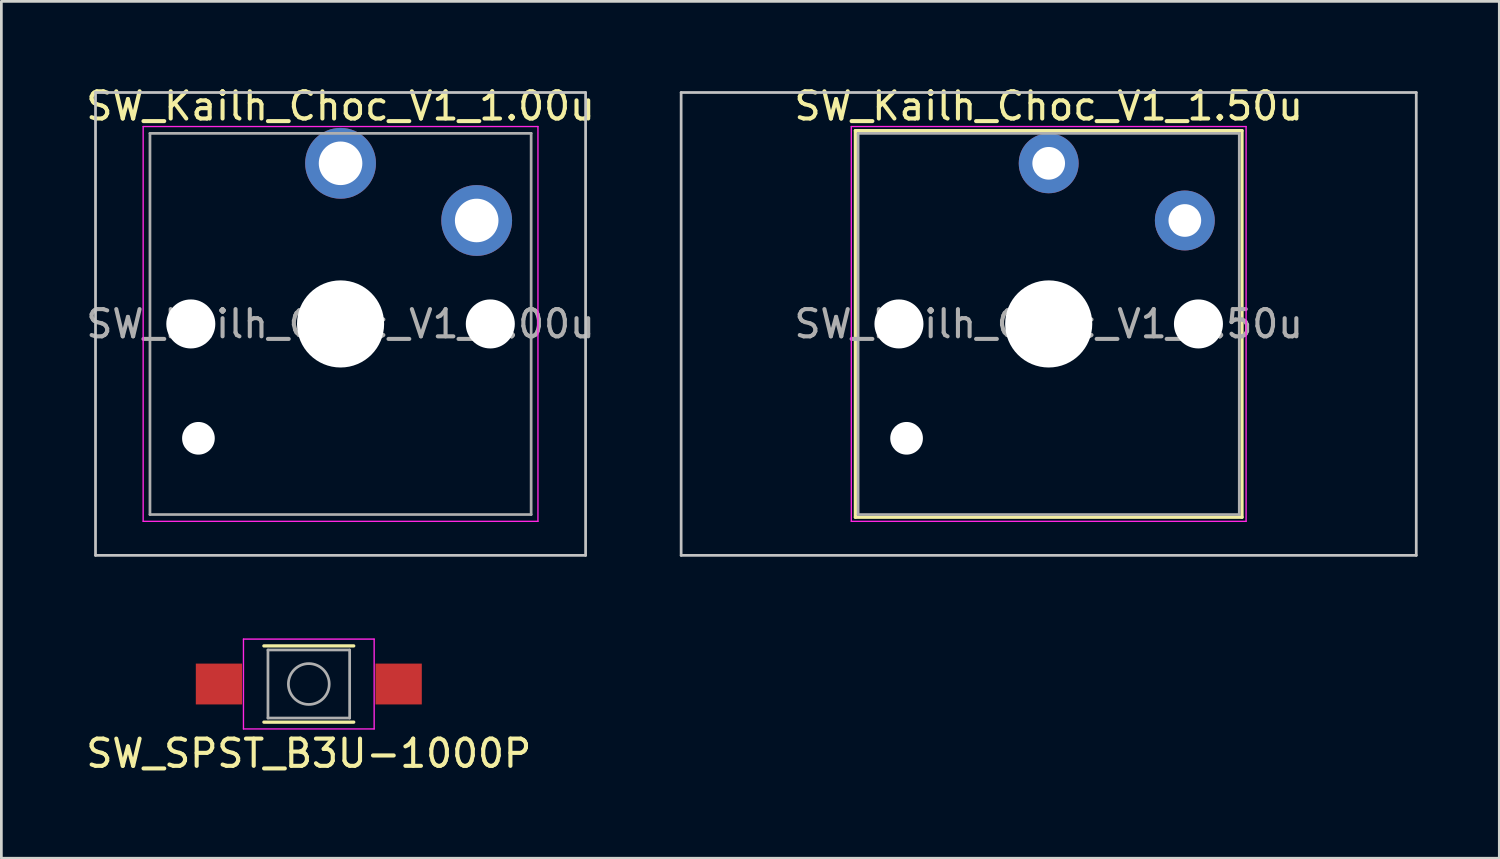
<source format=kicad_pcb>
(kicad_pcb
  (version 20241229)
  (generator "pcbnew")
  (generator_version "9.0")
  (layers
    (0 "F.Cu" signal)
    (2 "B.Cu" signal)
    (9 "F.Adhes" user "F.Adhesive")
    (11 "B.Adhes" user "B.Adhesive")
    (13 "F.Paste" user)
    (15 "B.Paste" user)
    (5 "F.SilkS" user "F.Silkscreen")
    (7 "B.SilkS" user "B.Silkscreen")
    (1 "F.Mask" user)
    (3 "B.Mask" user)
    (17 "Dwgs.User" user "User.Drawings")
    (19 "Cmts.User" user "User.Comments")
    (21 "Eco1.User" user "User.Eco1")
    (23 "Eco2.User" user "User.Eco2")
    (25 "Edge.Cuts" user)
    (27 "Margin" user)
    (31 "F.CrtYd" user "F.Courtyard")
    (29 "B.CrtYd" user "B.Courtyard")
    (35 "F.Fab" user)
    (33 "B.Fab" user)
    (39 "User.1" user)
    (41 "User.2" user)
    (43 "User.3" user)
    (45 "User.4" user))
  (footprint "SW_Kailh_Choc_V1_1.50u"
    (layer "F.Cu")
    (at 35.467 8.848)
    (property "Reference" "SW_Kailh_Choc_V1_1.50u" (at 0 -8 0) (layer "F.SilkS") (effects (font (size 1 1) (thickness 0.15))))
    (attr through_hole)
    (fp_line (start -7.1 -7.1) (end -7.1 7.1) (stroke (width 0.12) (type solid)) (layer "F.SilkS"))
    (fp_line (start -7.1 7.1) (end 7.1 7.1) (stroke (width 0.12) (type solid)) (layer "F.SilkS"))
    (fp_line (start 7.1 -7.1) (end -7.1 -7.1) (stroke (width 0.12) (type solid)) (layer "F.SilkS"))
    (fp_line (start 7.1 7.1) (end 7.1 -7.1) (stroke (width 0.12) (type solid)) (layer "F.SilkS"))
    (fp_line (start -13.5 -8.5) (end -13.5 8.5) (stroke (width 0.1) (type solid)) (layer "Dwgs.User"))
    (fp_line (start -13.5 8.5) (end 13.5 8.5) (stroke (width 0.1) (type solid)) (layer "Dwgs.User"))
    (fp_line (start 13.5 -8.5) (end -13.5 -8.5) (stroke (width 0.1) (type solid)) (layer "Dwgs.User"))
    (fp_line (start 13.5 8.5) (end 13.5 -8.5) (stroke (width 0.1) (type solid)) (layer "Dwgs.User"))
    (fp_line (start -7.25 -7.25) (end -7.25 7.25) (stroke (width 0.05) (type solid)) (layer "F.CrtYd"))
    (fp_line (start -7.25 7.25) (end 7.25 7.25) (stroke (width 0.05) (type solid)) (layer "F.CrtYd"))
    (fp_line (start 7.25 -7.25) (end -7.25 -7.25) (stroke (width 0.05) (type solid)) (layer "F.CrtYd"))
    (fp_line (start 7.25 7.25) (end 7.25 -7.25) (stroke (width 0.05) (type solid)) (layer "F.CrtYd"))
    (fp_line (start -7 -7) (end -7 7) (stroke (width 0.1) (type solid)) (layer "F.Fab"))
    (fp_line (start -7 7) (end 7 7) (stroke (width 0.1) (type solid)) (layer "F.Fab"))
    (fp_line (start 7 -7) (end -7 -7) (stroke (width 0.1) (type solid)) (layer "F.Fab"))
    (fp_line (start 7 7) (end 7 -7) (stroke (width 0.1) (type solid)) (layer "F.Fab"))
    (fp_text user "${REFERENCE}" (at 0 0 0) (layer "F.Fab") (effects (font (size 1 1) (thickness 0.15))))
    (pad "" np_thru_hole circle (at -5.5 0) (size 1.8 1.8) (drill 1.8) (layers "*.Cu" "*.Mask"))
    (pad "" np_thru_hole circle (at -5.22 4.2) (size 1.2 1.2) (drill 1.2) (layers "*.Cu" "*.Mask"))
    (pad "" np_thru_hole circle (at 0 0) (size 3.2 3.2) (drill 3.2) (layers "*.Cu" "*.Mask"))
    (pad "" np_thru_hole circle (at 5.5 0) (size 1.8 1.8) (drill 1.8) (layers "*.Cu" "*.Mask"))
    (pad "1" thru_hole circle (at 0 -5.9) (size 2.2 2.2) (drill 1.2) (layers "*.Cu" "B.Mask"))
    (pad "2" thru_hole circle (at 5 -3.8) (size 2.2 2.2) (drill 1.2) (layers "*.Cu" "B.Mask")))
  (footprint "SW_SPST_B3U-1000P"
    (layer "F.Cu")
    (at 8.292 22.073)
    (property "Reference" "SW_SPST_B3U-1000P" (at 0 2.55 0) (layer "F.SilkS") (effects (font (size 1 1) (thickness 0.15))))
    (attr smd)
    (fp_line (start -1.65 -1.4) (end 1.65 -1.4) (stroke (width 0.12) (type solid)) (layer "F.SilkS"))
    (fp_line (start -1.65 1.4) (end 1.65 1.4) (stroke (width 0.12) (type solid)) (layer "F.SilkS"))
    (fp_line (start -2.4 -1.65) (end -2.4 1.65) (stroke (width 0.05) (type solid)) (layer "F.CrtYd"))
    (fp_line (start -2.4 1.65) (end 2.4 1.65) (stroke (width 0.05) (type solid)) (layer "F.CrtYd"))
    (fp_line (start 2.4 -1.65) (end -2.4 -1.65) (stroke (width 0.05) (type solid)) (layer "F.CrtYd"))
    (fp_line (start 2.4 1.65) (end 2.4 -1.65) (stroke (width 0.05) (type solid)) (layer "F.CrtYd"))
    (fp_line (start -1.5 -1.25) (end 1.5 -1.25) (stroke (width 0.1) (type solid)) (layer "F.Fab"))
    (fp_line (start -1.5 1.25) (end -1.5 -1.25) (stroke (width 0.1) (type solid)) (layer "F.Fab"))
    (fp_line (start 1.5 -1.25) (end 1.5 1.25) (stroke (width 0.1) (type solid)) (layer "F.Fab"))
    (fp_line (start 1.5 1.25) (end -1.5 1.25) (stroke (width 0.1) (type solid)) (layer "F.Fab"))
    (fp_circle (center 0 0) (end 0.75 0) (stroke (width 0.1) (type solid)) (fill no) (layer "F.Fab"))
    (pad "1" smd rect (at -3.3 0) (size 1.7 1.5) (layers "F.Cu" "F.Mask" "F.Paste"))
    (pad "2" smd rect (at 3.3 0) (size 1.7 1.5) (layers "F.Cu" "F.Mask" "F.Paste")))
  (footprint "SW_Kailh_Choc_V1_1.00u"
    (layer "F.Cu")
    (at 9.458 8.848)
    (property "Reference" "SW_Kailh_Choc_V1_1.00u" (at 0 -8 0) (layer "F.SilkS") (effects (font (size 1 1) (thickness 0.15))))
    (attr through_hole)
    (fp_line (start -9 -8.5) (end -9 8.5) (stroke (width 0.1) (type solid)) (layer "Dwgs.User"))
    (fp_line (start -9 8.5) (end 9 8.5) (stroke (width 0.1) (type solid)) (layer "Dwgs.User"))
    (fp_line (start 9 -8.5) (end -9 -8.5) (stroke (width 0.1) (type solid)) (layer "Dwgs.User"))
    (fp_line (start 9 8.5) (end 9 -8.5) (stroke (width 0.1) (type solid)) (layer "Dwgs.User"))
    (fp_line (start -7.25 -7.25) (end -7.25 7.25) (stroke (width 0.05) (type solid)) (layer "F.CrtYd"))
    (fp_line (start -7.25 7.25) (end 7.25 7.25) (stroke (width 0.05) (type solid)) (layer "F.CrtYd"))
    (fp_line (start 7.25 -7.25) (end -7.25 -7.25) (stroke (width 0.05) (type solid)) (layer "F.CrtYd"))
    (fp_line (start 7.25 7.25) (end 7.25 -7.25) (stroke (width 0.05) (type solid)) (layer "F.CrtYd"))
    (fp_line (start -7 -7) (end -7 7) (stroke (width 0.1) (type solid)) (layer "F.Fab"))
    (fp_line (start -7 7) (end 7 7) (stroke (width 0.1) (type solid)) (layer "F.Fab"))
    (fp_line (start 7 -7) (end -7 -7) (stroke (width 0.1) (type solid)) (layer "F.Fab"))
    (fp_line (start 7 7) (end 7 -7) (stroke (width 0.1) (type solid)) (layer "F.Fab"))
    (fp_text user "${REFERENCE}" (at 0 0 0) (layer "F.Fab") (effects (font (size 1 1) (thickness 0.15))))
    (pad "" np_thru_hole circle (at -5.5 0) (size 1.8 1.8) (drill 1.8) (layers "*.Cu" "*.Mask"))
    (pad "" np_thru_hole circle (at -5.22 4.2) (size 1.2 1.2) (drill 1.2) (layers "*.Cu" "*.Mask"))
    (pad "" np_thru_hole circle (at 0 0) (size 3.2 3.2) (drill 3.2) (layers "*.Cu" "*.Mask"))
    (pad "" np_thru_hole circle (at 5.5 0) (size 1.8 1.8) (drill 1.8) (layers "*.Cu" "*.Mask"))
    (pad "1" thru_hole circle (at 0 -5.9) (size 2.6 2.6) (drill 1.6) (layers "*.Cu" "*.Mask"))
    (pad "2" thru_hole circle (at 5 -3.8) (size 2.6 2.6) (drill 1.6) (layers "*.Cu" "*.Mask")))
  (gr_rect
    (start -3 -3)
    (end 52.017 28.471)
    (stroke (width 0.1) (type default))
    (fill no)
    (layer "Edge.Cuts")))
</source>
